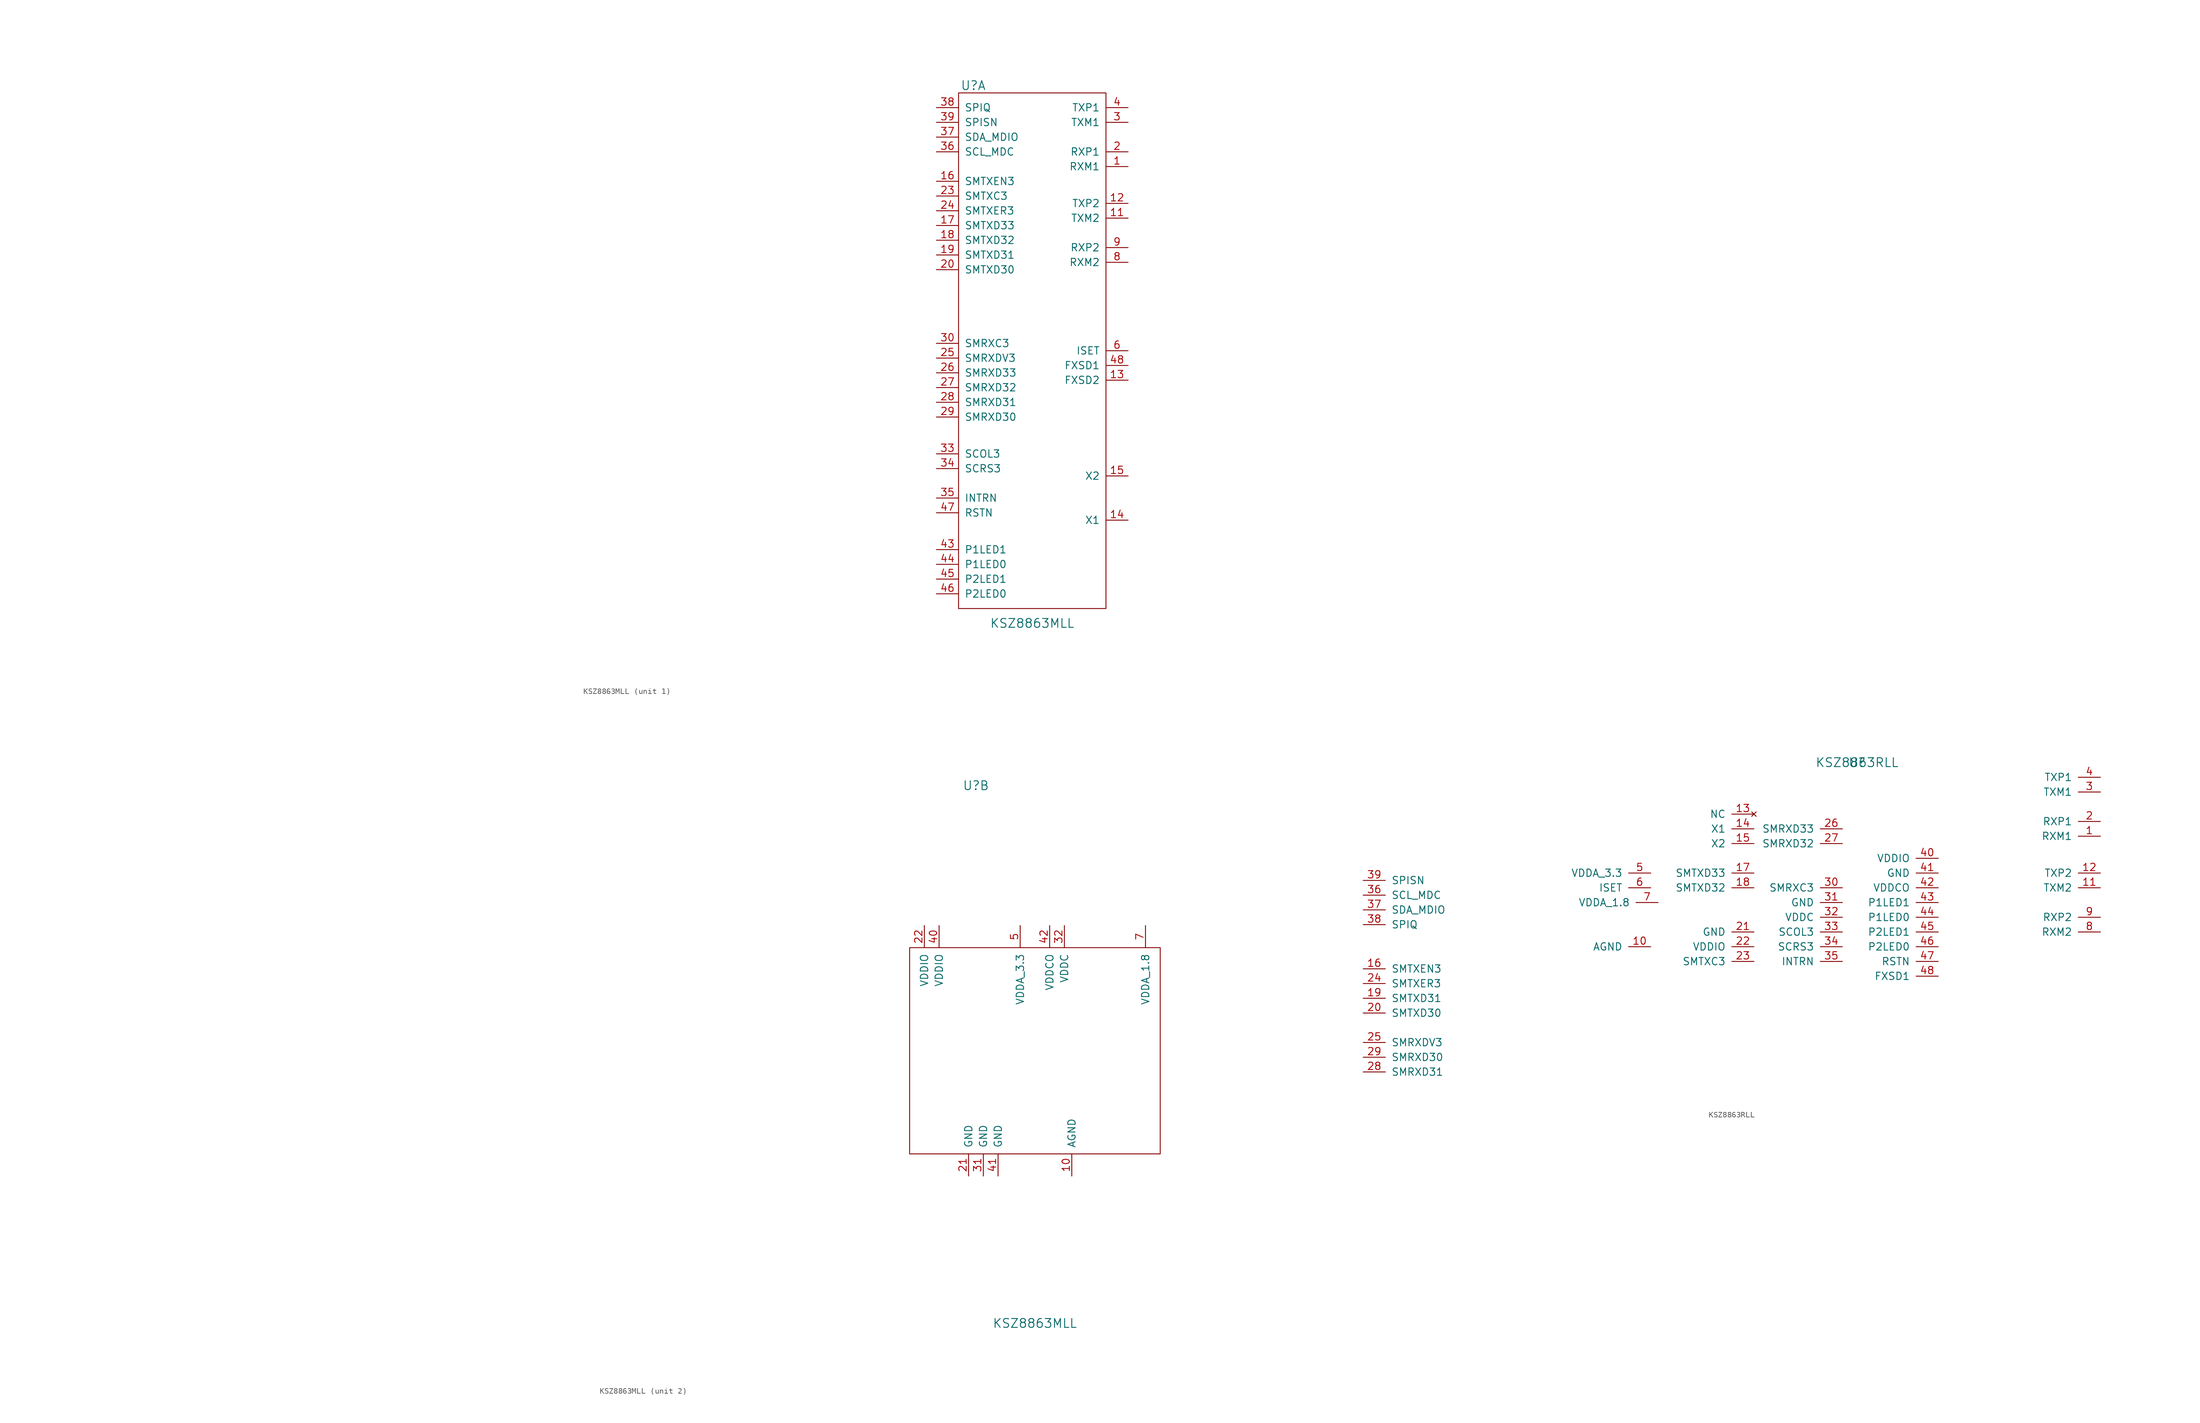
<source format=kicad_sym>
(kicad_symbol_lib
  (version 20211014)
  (generator kicad_symbol_editor)
  (symbol "KSZ8863MLL"
    (pin_names
      (offset 1.016))
    (property "Reference" "U"
      (at -10.16 45.72 0)
      (effects (font (size 1.524 1.524))))
    (property "Value" "KSZ8863MLL"
      (at 0 -46.99 0)
      (effects (font (size 1.524 1.524))))
    (property "Footprint" ""
      (at -156.21 -8.89 0)
      (effects (font (size 1.524 1.524))))
    (property "Datasheet" ""
      (at -156.21 -8.89 0)
      (effects (font (size 1.524 1.524))))
    (symbol "KSZ8863MLL_1_1"
      (rectangle (start -12.7 44.45) (end 12.7 -44.45) (stroke (width 0) (type default) (color 0 0 0 0)) (fill (type none)))
      (pin passive line (at 16.51 31.75 180) (length 3.81) (name "RXM1" (effects (font (size 1.27 1.27)))) (number "1" (effects (font (size 1.27 1.27)))))
      (pin passive line (at 16.51 22.86 180) (length 3.81) (name "TXM2" (effects (font (size 1.27 1.27)))) (number "11" (effects (font (size 1.27 1.27)))))
      (pin passive line (at 16.51 25.4 180) (length 3.81) (name "TXP2" (effects (font (size 1.27 1.27)))) (number "12" (effects (font (size 1.27 1.27)))))
      (pin passive line (at 16.51 -5.08 180) (length 3.81) (name "FXSD2" (effects (font (size 1.27 1.27)))) (number "13" (effects (font (size 1.27 1.27)))))
      (pin passive line (at 16.51 -29.21 180) (length 3.81) (name "X1" (effects (font (size 1.27 1.27)))) (number "14" (effects (font (size 1.27 1.27)))))
      (pin passive line (at 16.51 -21.59 180) (length 3.81) (name "X2" (effects (font (size 1.27 1.27)))) (number "15" (effects (font (size 1.27 1.27)))))
      (pin passive line (at -16.51 29.21 0) (length 3.81) (name "SMTXEN3" (effects (font (size 1.27 1.27)))) (number "16" (effects (font (size 1.27 1.27)))))
      (pin passive line (at -16.51 21.59 0) (length 3.81) (name "SMTXD33" (effects (font (size 1.27 1.27)))) (number "17" (effects (font (size 1.27 1.27)))))
      (pin passive line (at -16.51 19.05 0) (length 3.81) (name "SMTXD32" (effects (font (size 1.27 1.27)))) (number "18" (effects (font (size 1.27 1.27)))))
      (pin passive line (at -16.51 16.51 0) (length 3.81) (name "SMTXD31" (effects (font (size 1.27 1.27)))) (number "19" (effects (font (size 1.27 1.27)))))
      (pin passive line (at 16.51 34.29 180) (length 3.81) (name "RXP1" (effects (font (size 1.27 1.27)))) (number "2" (effects (font (size 1.27 1.27)))))
      (pin passive line (at -16.51 13.97 0) (length 3.81) (name "SMTXD30" (effects (font (size 1.27 1.27)))) (number "20" (effects (font (size 1.27 1.27)))))
      (pin passive line (at -16.51 26.67 0) (length 3.81) (name "SMTXC3" (effects (font (size 1.27 1.27)))) (number "23" (effects (font (size 1.27 1.27)))))
      (pin passive line (at -16.51 24.13 0) (length 3.81) (name "SMTXER3" (effects (font (size 1.27 1.27)))) (number "24" (effects (font (size 1.27 1.27)))))
      (pin passive line (at -16.51 -1.27 0) (length 3.81) (name "SMRXDV3" (effects (font (size 1.27 1.27)))) (number "25" (effects (font (size 1.27 1.27)))))
      (pin passive line (at -16.51 -3.81 0) (length 3.81) (name "SMRXD33" (effects (font (size 1.27 1.27)))) (number "26" (effects (font (size 1.27 1.27)))))
      (pin passive line (at -16.51 -6.35 0) (length 3.81) (name "SMRXD32" (effects (font (size 1.27 1.27)))) (number "27" (effects (font (size 1.27 1.27)))))
      (pin passive line (at -16.51 -8.89 0) (length 3.81) (name "SMRXD31" (effects (font (size 1.27 1.27)))) (number "28" (effects (font (size 1.27 1.27)))))
      (pin passive line (at -16.51 -11.43 0) (length 3.81) (name "SMRXD30" (effects (font (size 1.27 1.27)))) (number "29" (effects (font (size 1.27 1.27)))))
      (pin passive line (at 16.51 39.37 180) (length 3.81) (name "TXM1" (effects (font (size 1.27 1.27)))) (number "3" (effects (font (size 1.27 1.27)))))
      (pin passive line (at -16.51 1.27 0) (length 3.81) (name "SMRXC3" (effects (font (size 1.27 1.27)))) (number "30" (effects (font (size 1.27 1.27)))))
      (pin passive line (at -16.51 -17.78 0) (length 3.81) (name "SCOL3" (effects (font (size 1.27 1.27)))) (number "33" (effects (font (size 1.27 1.27)))))
      (pin passive line (at -16.51 -20.32 0) (length 3.81) (name "SCRS3" (effects (font (size 1.27 1.27)))) (number "34" (effects (font (size 1.27 1.27)))))
      (pin passive line (at -16.51 -25.4 0) (length 3.81) (name "INTRN" (effects (font (size 1.27 1.27)))) (number "35" (effects (font (size 1.27 1.27)))))
      (pin passive line (at -16.51 34.29 0) (length 3.81) (name "SCL_MDC" (effects (font (size 1.27 1.27)))) (number "36" (effects (font (size 1.27 1.27)))))
      (pin passive line (at -16.51 36.83 0) (length 3.81) (name "SDA_MDIO" (effects (font (size 1.27 1.27)))) (number "37" (effects (font (size 1.27 1.27)))))
      (pin passive line (at -16.51 41.91 0) (length 3.81) (name "SPIQ" (effects (font (size 1.27 1.27)))) (number "38" (effects (font (size 1.27 1.27)))))
      (pin passive line (at -16.51 39.37 0) (length 3.81) (name "SPISN" (effects (font (size 1.27 1.27)))) (number "39" (effects (font (size 1.27 1.27)))))
      (pin passive line (at 16.51 41.91 180) (length 3.81) (name "TXP1" (effects (font (size 1.27 1.27)))) (number "4" (effects (font (size 1.27 1.27)))))
      (pin passive line (at -16.51 -34.29 0) (length 3.81) (name "P1LED1" (effects (font (size 1.27 1.27)))) (number "43" (effects (font (size 1.27 1.27)))))
      (pin passive line (at -16.51 -36.83 0) (length 3.81) (name "P1LED0" (effects (font (size 1.27 1.27)))) (number "44" (effects (font (size 1.27 1.27)))))
      (pin passive line (at -16.51 -39.37 0) (length 3.81) (name "P2LED1" (effects (font (size 1.27 1.27)))) (number "45" (effects (font (size 1.27 1.27)))))
      (pin passive line (at -16.51 -41.91 0) (length 3.81) (name "P2LED0" (effects (font (size 1.27 1.27)))) (number "46" (effects (font (size 1.27 1.27)))))
      (pin passive line (at -16.51 -27.94 0) (length 3.81) (name "RSTN" (effects (font (size 1.27 1.27)))) (number "47" (effects (font (size 1.27 1.27)))))
      (pin passive line (at 16.51 -2.54 180) (length 3.81) (name "FXSD1" (effects (font (size 1.27 1.27)))) (number "48" (effects (font (size 1.27 1.27)))))
      (pin passive line (at 16.51 0 180) (length 3.81) (name "ISET" (effects (font (size 1.27 1.27)))) (number "6" (effects (font (size 1.27 1.27)))))
      (pin passive line (at 16.51 15.24 180) (length 3.81) (name "RXM2" (effects (font (size 1.27 1.27)))) (number "8" (effects (font (size 1.27 1.27)))))
      (pin passive line (at 16.51 17.78 180) (length 3.81) (name "RXP2" (effects (font (size 1.27 1.27)))) (number "9" (effects (font (size 1.27 1.27))))))
    (symbol "KSZ8863MLL_2_1"
      (rectangle (start -21.59 17.78) (end 21.59 -17.78) (stroke (width 0) (type default) (color 0 0 0 0)) (fill (type none)))
      (pin passive line (at 6.35 -21.59 90) (length 3.81) (name "AGND" (effects (font (size 1.27 1.27)))) (number "10" (effects (font (size 1.27 1.27)))))
      (pin passive line (at -11.43 -21.59 90) (length 3.81) (name "GND" (effects (font (size 1.27 1.27)))) (number "21" (effects (font (size 1.27 1.27)))))
      (pin passive line (at -19.05 21.59 270) (length 3.81) (name "VDDIO" (effects (font (size 1.27 1.27)))) (number "22" (effects (font (size 1.27 1.27)))))
      (pin passive line (at -8.89 -21.59 90) (length 3.81) (name "GND" (effects (font (size 1.27 1.27)))) (number "31" (effects (font (size 1.27 1.27)))))
      (pin passive line (at 5.08 21.59 270) (length 3.81) (name "VDDC" (effects (font (size 1.27 1.27)))) (number "32" (effects (font (size 1.27 1.27)))))
      (pin passive line (at -16.51 21.59 270) (length 3.81) (name "VDDIO" (effects (font (size 1.27 1.27)))) (number "40" (effects (font (size 1.27 1.27)))))
      (pin passive line (at -6.35 -21.59 90) (length 3.81) (name "GND" (effects (font (size 1.27 1.27)))) (number "41" (effects (font (size 1.27 1.27)))))
      (pin passive line (at 2.54 21.59 270) (length 3.81) (name "VDDCO" (effects (font (size 1.27 1.27)))) (number "42" (effects (font (size 1.27 1.27)))))
      (pin passive line (at -2.54 21.59 270) (length 3.81) (name "VDDA_3.3" (effects (font (size 1.27 1.27)))) (number "5" (effects (font (size 1.27 1.27)))))
      (pin passive line (at 19.05 21.59 270) (length 3.81) (name "VDDA_1.8" (effects (font (size 1.27 1.27)))) (number "7" (effects (font (size 1.27 1.27)))))))
  (symbol "KSZ8863RLL"
    (pin_names
      (offset 1.016))
    (property "Reference" "U"
      (at 0 0 0)
      (effects (font (size 1.524 1.524))))
    (property "Value" "KSZ8863RLL"
      (at 0 0 0)
      (effects (font (size 1.524 1.524))))
    (property "Footprint" ""
      (at 0 0 0)
      (effects (font (size 1.524 1.524))))
    (property "Datasheet" ""
      (at 0 0 0)
      (effects (font (size 1.524 1.524))))
    (symbol "KSZ8863RLL_1_1"
      (pin passive line (at 41.91 -12.7 180) (length 3.81) (name "RXM1" (effects (font (size 1.27 1.27)))) (number "1" (effects (font (size 1.27 1.27)))))
      (pin passive line (at -35.56 -31.75 180) (length 3.81) (name "AGND" (effects (font (size 1.27 1.27)))) (number "10" (effects (font (size 1.27 1.27)))))
      (pin passive line (at 41.91 -21.59 180) (length 3.81) (name "TXM2" (effects (font (size 1.27 1.27)))) (number "11" (effects (font (size 1.27 1.27)))))
      (pin passive line (at 41.91 -19.05 180) (length 3.81) (name "TXP2" (effects (font (size 1.27 1.27)))) (number "12" (effects (font (size 1.27 1.27)))))
      (pin no_connect line (at -17.78 -8.89 180) (length 3.81) (name "NC" (effects (font (size 1.27 1.27)))) (number "13" (effects (font (size 1.27 1.27)))))
      (pin passive line (at -17.78 -11.43 180) (length 3.81) (name "X1" (effects (font (size 1.27 1.27)))) (number "14" (effects (font (size 1.27 1.27)))))
      (pin passive line (at -17.78 -13.97 180) (length 3.81) (name "X2" (effects (font (size 1.27 1.27)))) (number "15" (effects (font (size 1.27 1.27)))))
      (pin passive line (at -85.09 -35.56 0) (length 3.81) (name "SMTXEN3" (effects (font (size 1.27 1.27)))) (number "16" (effects (font (size 1.27 1.27)))))
      (pin passive line (at -17.78 -19.05 180) (length 3.81) (name "SMTXD33" (effects (font (size 1.27 1.27)))) (number "17" (effects (font (size 1.27 1.27)))))
      (pin passive line (at -17.78 -21.59 180) (length 3.81) (name "SMTXD32" (effects (font (size 1.27 1.27)))) (number "18" (effects (font (size 1.27 1.27)))))
      (pin passive line (at -85.09 -40.64 0) (length 3.81) (name "SMTXD31" (effects (font (size 1.27 1.27)))) (number "19" (effects (font (size 1.27 1.27)))))
      (pin passive line (at 41.91 -10.16 180) (length 3.81) (name "RXP1" (effects (font (size 1.27 1.27)))) (number "2" (effects (font (size 1.27 1.27)))))
      (pin passive line (at -85.09 -43.18 0) (length 3.81) (name "SMTXD30" (effects (font (size 1.27 1.27)))) (number "20" (effects (font (size 1.27 1.27)))))
      (pin passive line (at -17.78 -29.21 180) (length 3.81) (name "GND" (effects (font (size 1.27 1.27)))) (number "21" (effects (font (size 1.27 1.27)))))
      (pin passive line (at -17.78 -31.75 180) (length 3.81) (name "VDDIO" (effects (font (size 1.27 1.27)))) (number "22" (effects (font (size 1.27 1.27)))))
      (pin passive line (at -17.78 -34.29 180) (length 3.81) (name "SMTXC3" (effects (font (size 1.27 1.27)))) (number "23" (effects (font (size 1.27 1.27)))))
      (pin passive line (at -85.09 -38.1 0) (length 3.81) (name "SMTXER3" (effects (font (size 1.27 1.27)))) (number "24" (effects (font (size 1.27 1.27)))))
      (pin passive line (at -85.09 -48.26 0) (length 3.81) (name "SMRXDV3" (effects (font (size 1.27 1.27)))) (number "25" (effects (font (size 1.27 1.27)))))
      (pin passive line (at -2.54 -11.43 180) (length 3.81) (name "SMRXD33" (effects (font (size 1.27 1.27)))) (number "26" (effects (font (size 1.27 1.27)))))
      (pin passive line (at -2.54 -13.97 180) (length 3.81) (name "SMRXD32" (effects (font (size 1.27 1.27)))) (number "27" (effects (font (size 1.27 1.27)))))
      (pin passive line (at -85.09 -53.34 0) (length 3.81) (name "SMRXD31" (effects (font (size 1.27 1.27)))) (number "28" (effects (font (size 1.27 1.27)))))
      (pin passive line (at -85.09 -50.8 0) (length 3.81) (name "SMRXD30" (effects (font (size 1.27 1.27)))) (number "29" (effects (font (size 1.27 1.27)))))
      (pin passive line (at 41.91 -5.08 180) (length 3.81) (name "TXM1" (effects (font (size 1.27 1.27)))) (number "3" (effects (font (size 1.27 1.27)))))
      (pin passive line (at -2.54 -21.59 180) (length 3.81) (name "SMRXC3" (effects (font (size 1.27 1.27)))) (number "30" (effects (font (size 1.27 1.27)))))
      (pin passive line (at -2.54 -24.13 180) (length 3.81) (name "GND" (effects (font (size 1.27 1.27)))) (number "31" (effects (font (size 1.27 1.27)))))
      (pin passive line (at -2.54 -26.67 180) (length 3.81) (name "VDDC" (effects (font (size 1.27 1.27)))) (number "32" (effects (font (size 1.27 1.27)))))
      (pin passive line (at -2.54 -29.21 180) (length 3.81) (name "SCOL3" (effects (font (size 1.27 1.27)))) (number "33" (effects (font (size 1.27 1.27)))))
      (pin passive line (at -2.54 -31.75 180) (length 3.81) (name "SCRS3" (effects (font (size 1.27 1.27)))) (number "34" (effects (font (size 1.27 1.27)))))
      (pin passive line (at -2.54 -34.29 180) (length 3.81) (name "INTRN" (effects (font (size 1.27 1.27)))) (number "35" (effects (font (size 1.27 1.27)))))
      (pin passive line (at -85.09 -22.86 0) (length 3.81) (name "SCL_MDC" (effects (font (size 1.27 1.27)))) (number "36" (effects (font (size 1.27 1.27)))))
      (pin passive line (at -85.09 -25.4 0) (length 3.81) (name "SDA_MDIO" (effects (font (size 1.27 1.27)))) (number "37" (effects (font (size 1.27 1.27)))))
      (pin passive line (at -85.09 -27.94 0) (length 3.81) (name "SPIQ" (effects (font (size 1.27 1.27)))) (number "38" (effects (font (size 1.27 1.27)))))
      (pin passive line (at -85.09 -20.32 0) (length 3.81) (name "SPISN" (effects (font (size 1.27 1.27)))) (number "39" (effects (font (size 1.27 1.27)))))
      (pin passive line (at 41.91 -2.54 180) (length 3.81) (name "TXP1" (effects (font (size 1.27 1.27)))) (number "4" (effects (font (size 1.27 1.27)))))
      (pin passive line (at 13.97 -16.51 180) (length 3.81) (name "VDDIO" (effects (font (size 1.27 1.27)))) (number "40" (effects (font (size 1.27 1.27)))))
      (pin passive line (at 13.97 -19.05 180) (length 3.81) (name "GND" (effects (font (size 1.27 1.27)))) (number "41" (effects (font (size 1.27 1.27)))))
      (pin passive line (at 13.97 -21.59 180) (length 3.81) (name "VDDCO" (effects (font (size 1.27 1.27)))) (number "42" (effects (font (size 1.27 1.27)))))
      (pin passive line (at 13.97 -24.13 180) (length 3.81) (name "P1LED1" (effects (font (size 1.27 1.27)))) (number "43" (effects (font (size 1.27 1.27)))))
      (pin passive line (at 13.97 -26.67 180) (length 3.81) (name "P1LED0" (effects (font (size 1.27 1.27)))) (number "44" (effects (font (size 1.27 1.27)))))
      (pin passive line (at 13.97 -29.21 180) (length 3.81) (name "P2LED1" (effects (font (size 1.27 1.27)))) (number "45" (effects (font (size 1.27 1.27)))))
      (pin passive line (at 13.97 -31.75 180) (length 3.81) (name "P2LED0" (effects (font (size 1.27 1.27)))) (number "46" (effects (font (size 1.27 1.27)))))
      (pin passive line (at 13.97 -34.29 180) (length 3.81) (name "RSTN" (effects (font (size 1.27 1.27)))) (number "47" (effects (font (size 1.27 1.27)))))
      (pin passive line (at 13.97 -36.83 180) (length 3.81) (name "FXSD1" (effects (font (size 1.27 1.27)))) (number "48" (effects (font (size 1.27 1.27)))))
      (pin passive line (at -35.56 -19.05 180) (length 3.81) (name "VDDA_3.3" (effects (font (size 1.27 1.27)))) (number "5" (effects (font (size 1.27 1.27)))))
      (pin passive line (at -35.56 -21.59 180) (length 3.81) (name "ISET" (effects (font (size 1.27 1.27)))) (number "6" (effects (font (size 1.27 1.27)))))
      (pin passive line (at -34.29 -24.13 180) (length 3.81) (name "VDDA_1.8" (effects (font (size 1.27 1.27)))) (number "7" (effects (font (size 1.27 1.27)))))
      (pin passive line (at 41.91 -29.21 180) (length 3.81) (name "RXM2" (effects (font (size 1.27 1.27)))) (number "8" (effects (font (size 1.27 1.27)))))
      (pin passive line (at 41.91 -26.67 180) (length 3.81) (name "RXP2" (effects (font (size 1.27 1.27)))) (number "9" (effects (font (size 1.27 1.27))))))))
</source>
